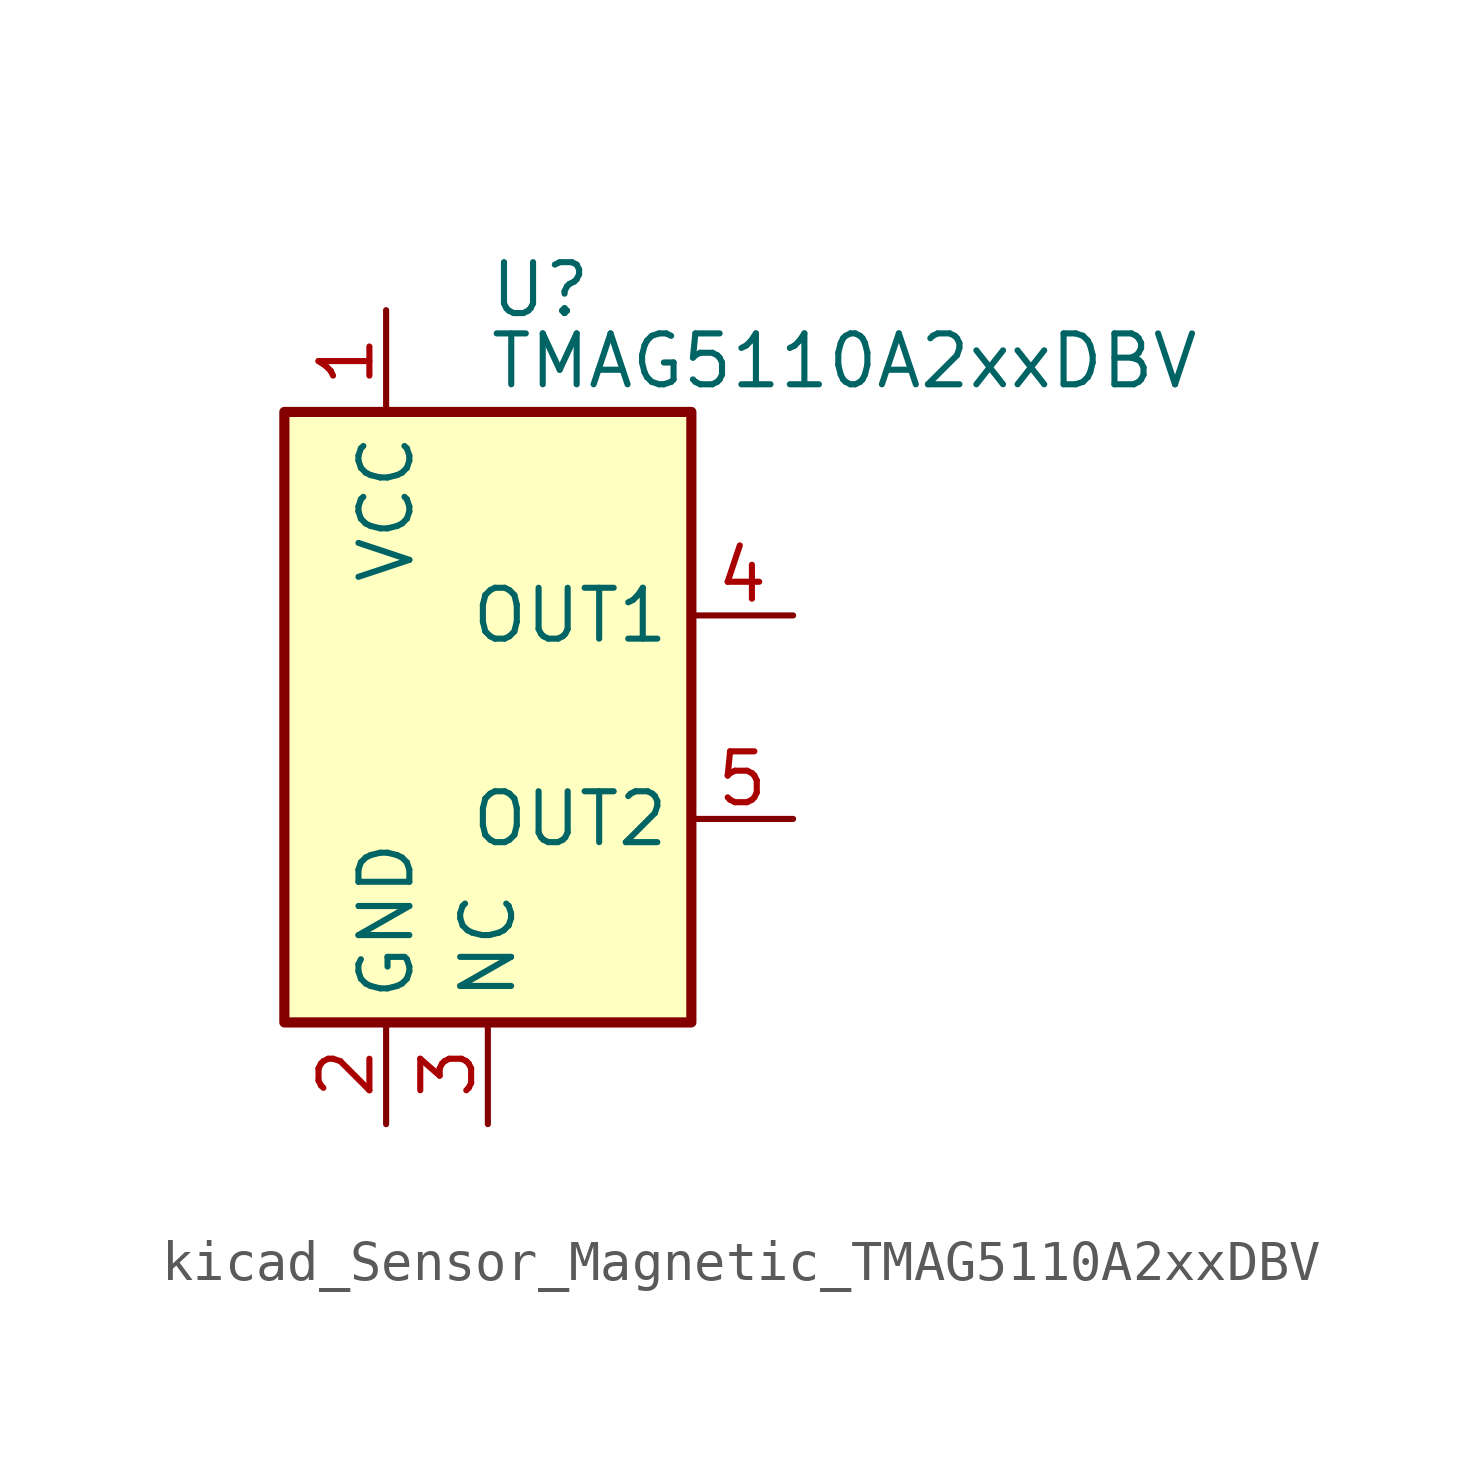
<source format=kicad_sym>
(kicad_symbol_lib
  (version 20220914)
  (generator kicad_symbol_editor)
  (symbol "kicad_Sensor_Magnetic_TMAG5110A2xxDBV"
    (property "Reference" "U"
      (at 0 10.668 0)
      (effects (font (size 1.27 1.27)) (justify left)))
    (property "Value" "TMAG5110A2xxDBV"
      (at 0 8.89 0)
      (effects (font (size 1.27 1.27)) (justify left)))
    (symbol "kicad_Sensor_Magnetic_TMAG5110A2xxDBV_0_0"
      (pin passive line (at 0 -10.16 90) (length 2.54) (name "NC" (effects (font (size 1.27 1.27)))) (number "3" (effects (font (size 1.27 1.27)))))
      (pin open_collector line (at 7.62 -2.54 180) (length 2.54) (name "OUT2" (effects (font (size 1.27 1.27)))) (number "5" (effects (font (size 1.27 1.27))))))
    (symbol "kicad_Sensor_Magnetic_TMAG5110A2xxDBV_0_1"
      (rectangle (start -5.08 7.62) (end 5.08 -7.62) (stroke (width 0.254) (type default)) (fill (type background))))
    (symbol "kicad_Sensor_Magnetic_TMAG5110A2xxDBV_1_1"
      (pin power_in line (at -2.54 10.16 270) (length 2.54) (name "VCC" (effects (font (size 1.27 1.27)))) (number "1" (effects (font (size 1.27 1.27)))))
      (pin power_in line (at -2.54 -10.16 90) (length 2.54) (name "GND" (effects (font (size 1.27 1.27)))) (number "2" (effects (font (size 1.27 1.27)))))
      (pin open_collector line (at 7.62 2.54 180) (length 2.54) (name "OUT1" (effects (font (size 1.27 1.27)))) (number "4" (effects (font (size 1.27 1.27))))))))
</source>
